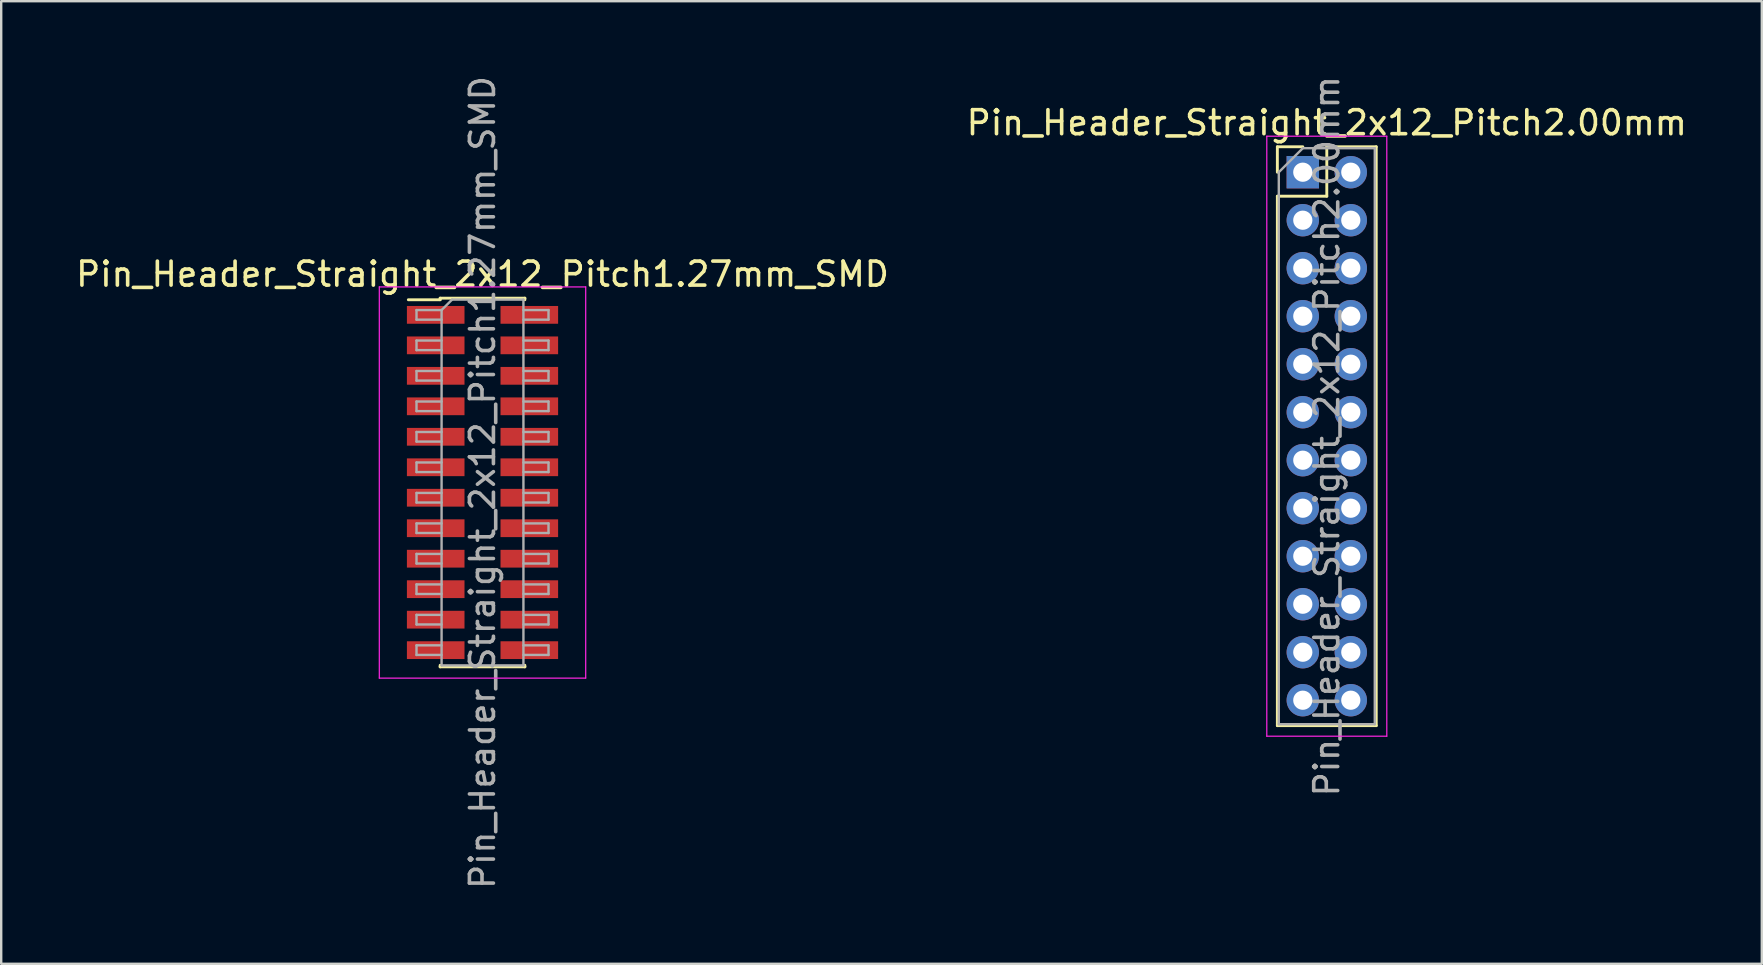
<source format=kicad_pcb>
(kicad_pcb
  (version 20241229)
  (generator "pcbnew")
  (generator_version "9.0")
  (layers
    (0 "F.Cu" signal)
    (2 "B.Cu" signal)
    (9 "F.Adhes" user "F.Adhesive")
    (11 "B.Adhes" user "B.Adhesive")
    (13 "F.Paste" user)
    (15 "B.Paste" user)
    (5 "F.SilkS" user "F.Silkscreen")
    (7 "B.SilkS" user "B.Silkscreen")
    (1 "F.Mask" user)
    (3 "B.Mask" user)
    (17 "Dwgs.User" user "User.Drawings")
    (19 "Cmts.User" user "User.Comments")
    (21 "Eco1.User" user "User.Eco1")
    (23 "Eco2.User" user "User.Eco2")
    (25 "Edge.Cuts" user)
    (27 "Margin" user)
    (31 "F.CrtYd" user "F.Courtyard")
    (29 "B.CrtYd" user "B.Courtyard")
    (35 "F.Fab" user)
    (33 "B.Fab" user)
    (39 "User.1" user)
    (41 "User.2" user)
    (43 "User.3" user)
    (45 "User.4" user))
  (footprint "Pin_Header_Straight_2x12_Pitch2.00mm"
    (layer "F.Cu")
    (at 51.232 4.125)
    (property "Reference" "Pin_Header_Straight_2x12_Pitch2.00mm" (at 1 -2.06 0) (layer "F.SilkS") (effects (font (size 1 1) (thickness 0.15))))
    (attr through_hole)
    (fp_line (start -1.06 -1.06) (end 0 -1.06) (stroke (width 0.12) (type solid)) (layer "F.SilkS"))
    (fp_line (start -1.06 0) (end -1.06 -1.06) (stroke (width 0.12) (type solid)) (layer "F.SilkS"))
    (fp_line (start -1.06 1) (end -1.06 23.06) (stroke (width 0.12) (type solid)) (layer "F.SilkS"))
    (fp_line (start -1.06 1) (end 1 1) (stroke (width 0.12) (type solid)) (layer "F.SilkS"))
    (fp_line (start -1.06 23.06) (end 3.06 23.06) (stroke (width 0.12) (type solid)) (layer "F.SilkS"))
    (fp_line (start 1 -1.06) (end 3.06 -1.06) (stroke (width 0.12) (type solid)) (layer "F.SilkS"))
    (fp_line (start 1 1) (end 1 -1.06) (stroke (width 0.12) (type solid)) (layer "F.SilkS"))
    (fp_line (start 3.06 -1.06) (end 3.06 23.06) (stroke (width 0.12) (type solid)) (layer "F.SilkS"))
    (fp_line (start -1.5 -1.5) (end -1.5 23.5) (stroke (width 0.05) (type solid)) (layer "F.CrtYd"))
    (fp_line (start -1.5 23.5) (end 3.5 23.5) (stroke (width 0.05) (type solid)) (layer "F.CrtYd"))
    (fp_line (start 3.5 -1.5) (end -1.5 -1.5) (stroke (width 0.05) (type solid)) (layer "F.CrtYd"))
    (fp_line (start 3.5 23.5) (end 3.5 -1.5) (stroke (width 0.05) (type solid)) (layer "F.CrtYd"))
    (fp_line (start -1 0) (end 0 -1) (stroke (width 0.1) (type solid)) (layer "F.Fab"))
    (fp_line (start -1 23) (end -1 0) (stroke (width 0.1) (type solid)) (layer "F.Fab"))
    (fp_line (start 0 -1) (end 3 -1) (stroke (width 0.1) (type solid)) (layer "F.Fab"))
    (fp_line (start 3 -1) (end 3 23) (stroke (width 0.1) (type solid)) (layer "F.Fab"))
    (fp_line (start 3 23) (end -1 23) (stroke (width 0.1) (type solid)) (layer "F.Fab"))
    (fp_text user "${REFERENCE}" (at 1 11 90) (layer "F.Fab") (effects (font (size 1 1) (thickness 0.15))))
    (pad "1" thru_hole rect (at 0 0) (size 1.35 1.35) (drill 0.8) (layers "*.Cu" "*.Mask"))
    (pad "2" thru_hole oval (at 2 0) (size 1.35 1.35) (drill 0.8) (layers "*.Cu" "*.Mask"))
    (pad "3" thru_hole oval (at 0 2) (size 1.35 1.35) (drill 0.8) (layers "*.Cu" "*.Mask"))
    (pad "4" thru_hole oval (at 2 2) (size 1.35 1.35) (drill 0.8) (layers "*.Cu" "*.Mask"))
    (pad "5" thru_hole oval (at 0 4) (size 1.35 1.35) (drill 0.8) (layers "*.Cu" "*.Mask"))
    (pad "6" thru_hole oval (at 2 4) (size 1.35 1.35) (drill 0.8) (layers "*.Cu" "*.Mask"))
    (pad "7" thru_hole oval (at 0 6) (size 1.35 1.35) (drill 0.8) (layers "*.Cu" "*.Mask"))
    (pad "8" thru_hole oval (at 2 6) (size 1.35 1.35) (drill 0.8) (layers "*.Cu" "*.Mask"))
    (pad "9" thru_hole oval (at 0 8) (size 1.35 1.35) (drill 0.8) (layers "*.Cu" "*.Mask"))
    (pad "10" thru_hole oval (at 2 8) (size 1.35 1.35) (drill 0.8) (layers "*.Cu" "*.Mask"))
    (pad "11" thru_hole oval (at 0 10) (size 1.35 1.35) (drill 0.8) (layers "*.Cu" "*.Mask"))
    (pad "12" thru_hole oval (at 2 10) (size 1.35 1.35) (drill 0.8) (layers "*.Cu" "*.Mask"))
    (pad "13" thru_hole oval (at 0 12) (size 1.35 1.35) (drill 0.8) (layers "*.Cu" "*.Mask"))
    (pad "14" thru_hole oval (at 2 12) (size 1.35 1.35) (drill 0.8) (layers "*.Cu" "*.Mask"))
    (pad "15" thru_hole oval (at 0 14) (size 1.35 1.35) (drill 0.8) (layers "*.Cu" "*.Mask"))
    (pad "16" thru_hole oval (at 2 14) (size 1.35 1.35) (drill 0.8) (layers "*.Cu" "*.Mask"))
    (pad "17" thru_hole oval (at 0 16) (size 1.35 1.35) (drill 0.8) (layers "*.Cu" "*.Mask"))
    (pad "18" thru_hole oval (at 2 16) (size 1.35 1.35) (drill 0.8) (layers "*.Cu" "*.Mask"))
    (pad "19" thru_hole oval (at 0 18) (size 1.35 1.35) (drill 0.8) (layers "*.Cu" "*.Mask"))
    (pad "20" thru_hole oval (at 2 18) (size 1.35 1.35) (drill 0.8) (layers "*.Cu" "*.Mask"))
    (pad "21" thru_hole oval (at 0 20) (size 1.35 1.35) (drill 0.8) (layers "*.Cu" "*.Mask"))
    (pad "22" thru_hole oval (at 2 20) (size 1.35 1.35) (drill 0.8) (layers "*.Cu" "*.Mask"))
    (pad "23" thru_hole oval (at 0 22) (size 1.35 1.35) (drill 0.8) (layers "*.Cu" "*.Mask"))
    (pad "24" thru_hole oval (at 2 22) (size 1.35 1.35) (drill 0.8) (layers "*.Cu" "*.Mask")))
  (footprint "Pin_Header_Straight_2x12_Pitch1.27mm_SMD"
    (layer "F.Cu")
    (at 17.054 17.054)
    (property "Reference" "Pin_Header_Straight_2x12_Pitch1.27mm_SMD" (at 0 -8.68 0) (layer "F.SilkS") (effects (font (size 1 1) (thickness 0.15))))
    (attr smd)
    (fp_line (start -3.09 -7.615) (end -1.765 -7.615) (stroke (width 0.12) (type solid)) (layer "F.SilkS"))
    (fp_line (start -1.765 -7.68) (end -1.765 -7.615) (stroke (width 0.12) (type solid)) (layer "F.SilkS"))
    (fp_line (start -1.765 -7.68) (end 1.765 -7.68) (stroke (width 0.12) (type solid)) (layer "F.SilkS"))
    (fp_line (start -1.765 7.615) (end -1.765 7.68) (stroke (width 0.12) (type solid)) (layer "F.SilkS"))
    (fp_line (start -1.765 7.68) (end 1.765 7.68) (stroke (width 0.12) (type solid)) (layer "F.SilkS"))
    (fp_line (start 1.765 -7.68) (end 1.765 -7.615) (stroke (width 0.12) (type solid)) (layer "F.SilkS"))
    (fp_line (start 1.765 7.615) (end 1.765 7.68) (stroke (width 0.12) (type solid)) (layer "F.SilkS"))
    (fp_line (start -4.3 -8.15) (end -4.3 8.15) (stroke (width 0.05) (type solid)) (layer "F.CrtYd"))
    (fp_line (start -4.3 8.15) (end 4.3 8.15) (stroke (width 0.05) (type solid)) (layer "F.CrtYd"))
    (fp_line (start 4.3 -8.15) (end -4.3 -8.15) (stroke (width 0.05) (type solid)) (layer "F.CrtYd"))
    (fp_line (start 4.3 8.15) (end 4.3 -8.15) (stroke (width 0.05) (type solid)) (layer "F.CrtYd"))
    (fp_line (start -2.75 -7.185) (end -2.75 -6.785) (stroke (width 0.1) (type solid)) (layer "F.Fab"))
    (fp_line (start -2.75 -6.785) (end -1.705 -6.785) (stroke (width 0.1) (type solid)) (layer "F.Fab"))
    (fp_line (start -2.75 -5.915) (end -2.75 -5.515) (stroke (width 0.1) (type solid)) (layer "F.Fab"))
    (fp_line (start -2.75 -5.515) (end -1.705 -5.515) (stroke (width 0.1) (type solid)) (layer "F.Fab"))
    (fp_line (start -2.75 -4.645) (end -2.75 -4.245) (stroke (width 0.1) (type solid)) (layer "F.Fab"))
    (fp_line (start -2.75 -4.245) (end -1.705 -4.245) (stroke (width 0.1) (type solid)) (layer "F.Fab"))
    (fp_line (start -2.75 -3.375) (end -2.75 -2.975) (stroke (width 0.1) (type solid)) (layer "F.Fab"))
    (fp_line (start -2.75 -2.975) (end -1.705 -2.975) (stroke (width 0.1) (type solid)) (layer "F.Fab"))
    (fp_line (start -2.75 -2.105) (end -2.75 -1.705) (stroke (width 0.1) (type solid)) (layer "F.Fab"))
    (fp_line (start -2.75 -1.705) (end -1.705 -1.705) (stroke (width 0.1) (type solid)) (layer "F.Fab"))
    (fp_line (start -2.75 -0.835) (end -2.75 -0.435) (stroke (width 0.1) (type solid)) (layer "F.Fab"))
    (fp_line (start -2.75 -0.435) (end -1.705 -0.435) (stroke (width 0.1) (type solid)) (layer "F.Fab"))
    (fp_line (start -2.75 0.435) (end -2.75 0.835) (stroke (width 0.1) (type solid)) (layer "F.Fab"))
    (fp_line (start -2.75 0.835) (end -1.705 0.835) (stroke (width 0.1) (type solid)) (layer "F.Fab"))
    (fp_line (start -2.75 1.705) (end -2.75 2.105) (stroke (width 0.1) (type solid)) (layer "F.Fab"))
    (fp_line (start -2.75 2.105) (end -1.705 2.105) (stroke (width 0.1) (type solid)) (layer "F.Fab"))
    (fp_line (start -2.75 2.975) (end -2.75 3.375) (stroke (width 0.1) (type solid)) (layer "F.Fab"))
    (fp_line (start -2.75 3.375) (end -1.705 3.375) (stroke (width 0.1) (type solid)) (layer "F.Fab"))
    (fp_line (start -2.75 4.245) (end -2.75 4.645) (stroke (width 0.1) (type solid)) (layer "F.Fab"))
    (fp_line (start -2.75 4.645) (end -1.705 4.645) (stroke (width 0.1) (type solid)) (layer "F.Fab"))
    (fp_line (start -2.75 5.515) (end -2.75 5.915) (stroke (width 0.1) (type solid)) (layer "F.Fab"))
    (fp_line (start -2.75 5.915) (end -1.705 5.915) (stroke (width 0.1) (type solid)) (layer "F.Fab"))
    (fp_line (start -2.75 6.785) (end -2.75 7.185) (stroke (width 0.1) (type solid)) (layer "F.Fab"))
    (fp_line (start -2.75 7.185) (end -1.705 7.185) (stroke (width 0.1) (type solid)) (layer "F.Fab"))
    (fp_line (start -1.705 -7.185) (end -2.75 -7.185) (stroke (width 0.1) (type solid)) (layer "F.Fab"))
    (fp_line (start -1.705 -7.185) (end -1.27 -7.62) (stroke (width 0.1) (type solid)) (layer "F.Fab"))
    (fp_line (start -1.705 -5.915) (end -2.75 -5.915) (stroke (width 0.1) (type solid)) (layer "F.Fab"))
    (fp_line (start -1.705 -4.645) (end -2.75 -4.645) (stroke (width 0.1) (type solid)) (layer "F.Fab"))
    (fp_line (start -1.705 -3.375) (end -2.75 -3.375) (stroke (width 0.1) (type solid)) (layer "F.Fab"))
    (fp_line (start -1.705 -2.105) (end -2.75 -2.105) (stroke (width 0.1) (type solid)) (layer "F.Fab"))
    (fp_line (start -1.705 -0.835) (end -2.75 -0.835) (stroke (width 0.1) (type solid)) (layer "F.Fab"))
    (fp_line (start -1.705 0.435) (end -2.75 0.435) (stroke (width 0.1) (type solid)) (layer "F.Fab"))
    (fp_line (start -1.705 1.705) (end -2.75 1.705) (stroke (width 0.1) (type solid)) (layer "F.Fab"))
    (fp_line (start -1.705 2.975) (end -2.75 2.975) (stroke (width 0.1) (type solid)) (layer "F.Fab"))
    (fp_line (start -1.705 4.245) (end -2.75 4.245) (stroke (width 0.1) (type solid)) (layer "F.Fab"))
    (fp_line (start -1.705 5.515) (end -2.75 5.515) (stroke (width 0.1) (type solid)) (layer "F.Fab"))
    (fp_line (start -1.705 6.785) (end -2.75 6.785) (stroke (width 0.1) (type solid)) (layer "F.Fab"))
    (fp_line (start -1.705 7.62) (end -1.705 -7.185) (stroke (width 0.1) (type solid)) (layer "F.Fab"))
    (fp_line (start -1.27 -7.62) (end 1.705 -7.62) (stroke (width 0.1) (type solid)) (layer "F.Fab"))
    (fp_line (start 1.705 -7.62) (end 1.705 7.62) (stroke (width 0.1) (type solid)) (layer "F.Fab"))
    (fp_line (start 1.705 -7.185) (end 2.75 -7.185) (stroke (width 0.1) (type solid)) (layer "F.Fab"))
    (fp_line (start 1.705 -5.915) (end 2.75 -5.915) (stroke (width 0.1) (type solid)) (layer "F.Fab"))
    (fp_line (start 1.705 -4.645) (end 2.75 -4.645) (stroke (width 0.1) (type solid)) (layer "F.Fab"))
    (fp_line (start 1.705 -3.375) (end 2.75 -3.375) (stroke (width 0.1) (type solid)) (layer "F.Fab"))
    (fp_line (start 1.705 -2.105) (end 2.75 -2.105) (stroke (width 0.1) (type solid)) (layer "F.Fab"))
    (fp_line (start 1.705 -0.835) (end 2.75 -0.835) (stroke (width 0.1) (type solid)) (layer "F.Fab"))
    (fp_line (start 1.705 0.435) (end 2.75 0.435) (stroke (width 0.1) (type solid)) (layer "F.Fab"))
    (fp_line (start 1.705 1.705) (end 2.75 1.705) (stroke (width 0.1) (type solid)) (layer "F.Fab"))
    (fp_line (start 1.705 2.975) (end 2.75 2.975) (stroke (width 0.1) (type solid)) (layer "F.Fab"))
    (fp_line (start 1.705 4.245) (end 2.75 4.245) (stroke (width 0.1) (type solid)) (layer "F.Fab"))
    (fp_line (start 1.705 5.515) (end 2.75 5.515) (stroke (width 0.1) (type solid)) (layer "F.Fab"))
    (fp_line (start 1.705 6.785) (end 2.75 6.785) (stroke (width 0.1) (type solid)) (layer "F.Fab"))
    (fp_line (start 1.705 7.62) (end -1.705 7.62) (stroke (width 0.1) (type solid)) (layer "F.Fab"))
    (fp_line (start 2.75 -7.185) (end 2.75 -6.785) (stroke (width 0.1) (type solid)) (layer "F.Fab"))
    (fp_line (start 2.75 -6.785) (end 1.705 -6.785) (stroke (width 0.1) (type solid)) (layer "F.Fab"))
    (fp_line (start 2.75 -5.915) (end 2.75 -5.515) (stroke (width 0.1) (type solid)) (layer "F.Fab"))
    (fp_line (start 2.75 -5.515) (end 1.705 -5.515) (stroke (width 0.1) (type solid)) (layer "F.Fab"))
    (fp_line (start 2.75 -4.645) (end 2.75 -4.245) (stroke (width 0.1) (type solid)) (layer "F.Fab"))
    (fp_line (start 2.75 -4.245) (end 1.705 -4.245) (stroke (width 0.1) (type solid)) (layer "F.Fab"))
    (fp_line (start 2.75 -3.375) (end 2.75 -2.975) (stroke (width 0.1) (type solid)) (layer "F.Fab"))
    (fp_line (start 2.75 -2.975) (end 1.705 -2.975) (stroke (width 0.1) (type solid)) (layer "F.Fab"))
    (fp_line (start 2.75 -2.105) (end 2.75 -1.705) (stroke (width 0.1) (type solid)) (layer "F.Fab"))
    (fp_line (start 2.75 -1.705) (end 1.705 -1.705) (stroke (width 0.1) (type solid)) (layer "F.Fab"))
    (fp_line (start 2.75 -0.835) (end 2.75 -0.435) (stroke (width 0.1) (type solid)) (layer "F.Fab"))
    (fp_line (start 2.75 -0.435) (end 1.705 -0.435) (stroke (width 0.1) (type solid)) (layer "F.Fab"))
    (fp_line (start 2.75 0.435) (end 2.75 0.835) (stroke (width 0.1) (type solid)) (layer "F.Fab"))
    (fp_line (start 2.75 0.835) (end 1.705 0.835) (stroke (width 0.1) (type solid)) (layer "F.Fab"))
    (fp_line (start 2.75 1.705) (end 2.75 2.105) (stroke (width 0.1) (type solid)) (layer "F.Fab"))
    (fp_line (start 2.75 2.105) (end 1.705 2.105) (stroke (width 0.1) (type solid)) (layer "F.Fab"))
    (fp_line (start 2.75 2.975) (end 2.75 3.375) (stroke (width 0.1) (type solid)) (layer "F.Fab"))
    (fp_line (start 2.75 3.375) (end 1.705 3.375) (stroke (width 0.1) (type solid)) (layer "F.Fab"))
    (fp_line (start 2.75 4.245) (end 2.75 4.645) (stroke (width 0.1) (type solid)) (layer "F.Fab"))
    (fp_line (start 2.75 4.645) (end 1.705 4.645) (stroke (width 0.1) (type solid)) (layer "F.Fab"))
    (fp_line (start 2.75 5.515) (end 2.75 5.915) (stroke (width 0.1) (type solid)) (layer "F.Fab"))
    (fp_line (start 2.75 5.915) (end 1.705 5.915) (stroke (width 0.1) (type solid)) (layer "F.Fab"))
    (fp_line (start 2.75 6.785) (end 2.75 7.185) (stroke (width 0.1) (type solid)) (layer "F.Fab"))
    (fp_line (start 2.75 7.185) (end 1.705 7.185) (stroke (width 0.1) (type solid)) (layer "F.Fab"))
    (fp_text user "${REFERENCE}" (at 0 0 90) (layer "F.Fab") (effects (font (size 1 1) (thickness 0.15))))
    (pad "1" smd rect (at -1.95 -6.985) (size 2.4 0.74) (layers "F.Cu" "F.Mask" "F.Paste"))
    (pad "2" smd rect (at 1.95 -6.985) (size 2.4 0.74) (layers "F.Cu" "F.Mask" "F.Paste"))
    (pad "3" smd rect (at -1.95 -5.715) (size 2.4 0.74) (layers "F.Cu" "F.Mask" "F.Paste"))
    (pad "4" smd rect (at 1.95 -5.715) (size 2.4 0.74) (layers "F.Cu" "F.Mask" "F.Paste"))
    (pad "5" smd rect (at -1.95 -4.445) (size 2.4 0.74) (layers "F.Cu" "F.Mask" "F.Paste"))
    (pad "6" smd rect (at 1.95 -4.445) (size 2.4 0.74) (layers "F.Cu" "F.Mask" "F.Paste"))
    (pad "7" smd rect (at -1.95 -3.175) (size 2.4 0.74) (layers "F.Cu" "F.Mask" "F.Paste"))
    (pad "8" smd rect (at 1.95 -3.175) (size 2.4 0.74) (layers "F.Cu" "F.Mask" "F.Paste"))
    (pad "9" smd rect (at -1.95 -1.905) (size 2.4 0.74) (layers "F.Cu" "F.Mask" "F.Paste"))
    (pad "10" smd rect (at 1.95 -1.905) (size 2.4 0.74) (layers "F.Cu" "F.Mask" "F.Paste"))
    (pad "11" smd rect (at -1.95 -0.635) (size 2.4 0.74) (layers "F.Cu" "F.Mask" "F.Paste"))
    (pad "12" smd rect (at 1.95 -0.635) (size 2.4 0.74) (layers "F.Cu" "F.Mask" "F.Paste"))
    (pad "13" smd rect (at -1.95 0.635) (size 2.4 0.74) (layers "F.Cu" "F.Mask" "F.Paste"))
    (pad "14" smd rect (at 1.95 0.635) (size 2.4 0.74) (layers "F.Cu" "F.Mask" "F.Paste"))
    (pad "15" smd rect (at -1.95 1.905) (size 2.4 0.74) (layers "F.Cu" "F.Mask" "F.Paste"))
    (pad "16" smd rect (at 1.95 1.905) (size 2.4 0.74) (layers "F.Cu" "F.Mask" "F.Paste"))
    (pad "17" smd rect (at -1.95 3.175) (size 2.4 0.74) (layers "F.Cu" "F.Mask" "F.Paste"))
    (pad "18" smd rect (at 1.95 3.175) (size 2.4 0.74) (layers "F.Cu" "F.Mask" "F.Paste"))
    (pad "19" smd rect (at -1.95 4.445) (size 2.4 0.74) (layers "F.Cu" "F.Mask" "F.Paste"))
    (pad "20" smd rect (at 1.95 4.445) (size 2.4 0.74) (layers "F.Cu" "F.Mask" "F.Paste"))
    (pad "21" smd rect (at -1.95 5.715) (size 2.4 0.74) (layers "F.Cu" "F.Mask" "F.Paste"))
    (pad "22" smd rect (at 1.95 5.715) (size 2.4 0.74) (layers "F.Cu" "F.Mask" "F.Paste"))
    (pad "23" smd rect (at -1.95 6.985) (size 2.4 0.74) (layers "F.Cu" "F.Mask" "F.Paste"))
    (pad "24" smd rect (at 1.95 6.985) (size 2.4 0.74) (layers "F.Cu" "F.Mask" "F.Paste")))
  (gr_rect
    (start -3 -3)
    (end 70.357 37.107)
    (stroke (width 0.1) (type default))
    (fill no)
    (layer "Edge.Cuts")))
</source>
